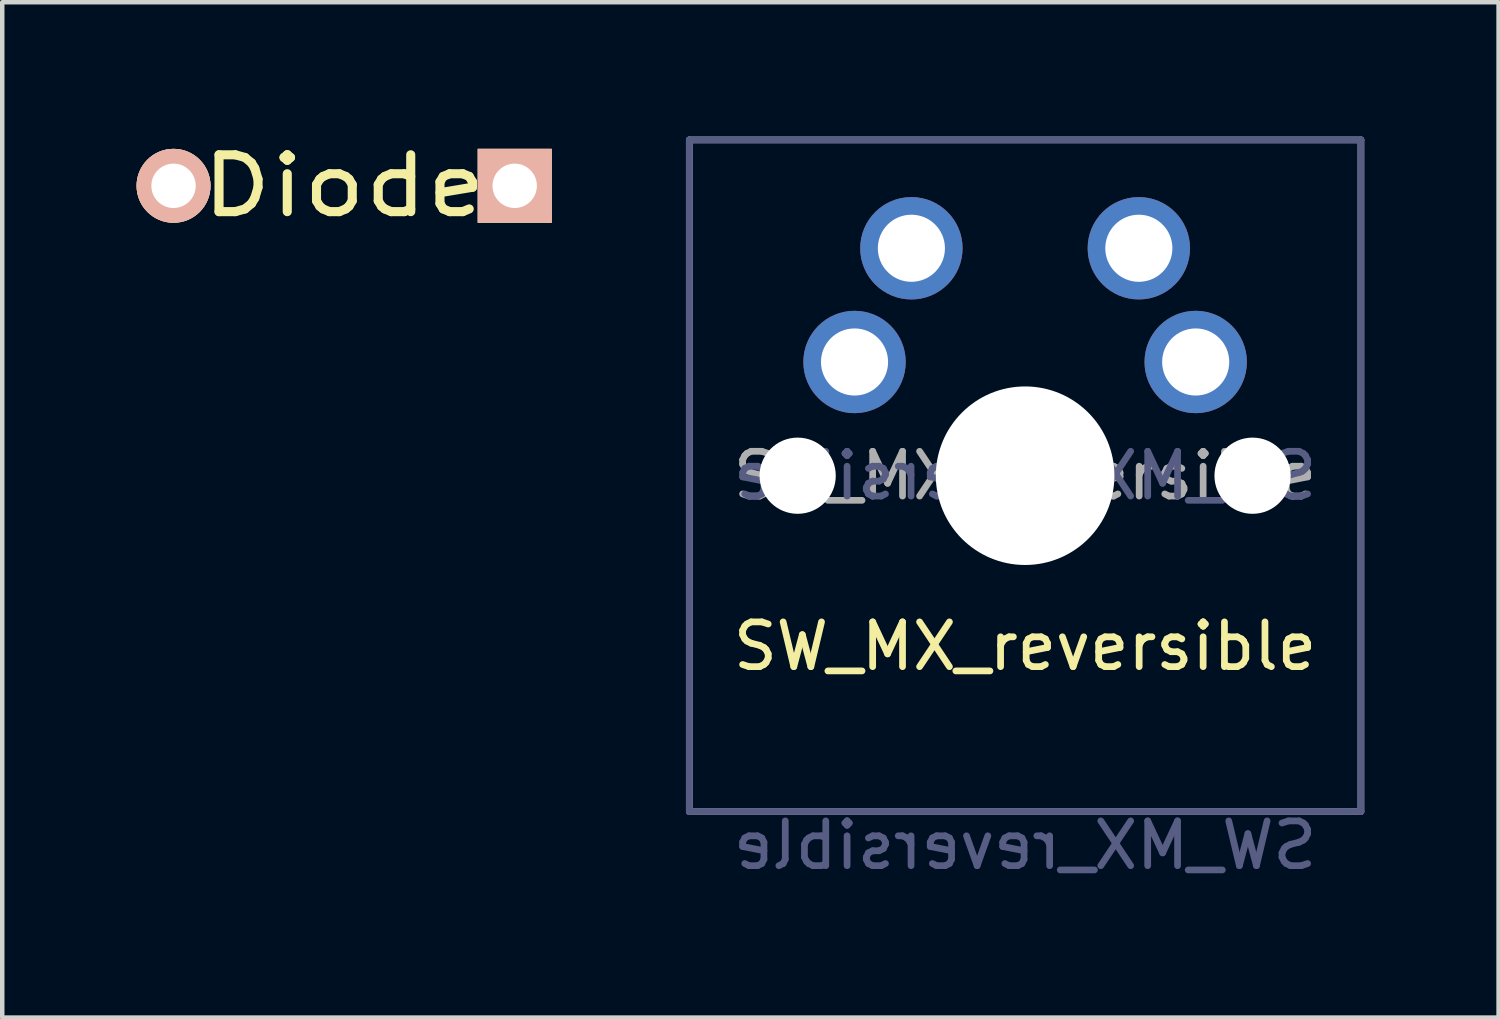
<source format=kicad_pcb>
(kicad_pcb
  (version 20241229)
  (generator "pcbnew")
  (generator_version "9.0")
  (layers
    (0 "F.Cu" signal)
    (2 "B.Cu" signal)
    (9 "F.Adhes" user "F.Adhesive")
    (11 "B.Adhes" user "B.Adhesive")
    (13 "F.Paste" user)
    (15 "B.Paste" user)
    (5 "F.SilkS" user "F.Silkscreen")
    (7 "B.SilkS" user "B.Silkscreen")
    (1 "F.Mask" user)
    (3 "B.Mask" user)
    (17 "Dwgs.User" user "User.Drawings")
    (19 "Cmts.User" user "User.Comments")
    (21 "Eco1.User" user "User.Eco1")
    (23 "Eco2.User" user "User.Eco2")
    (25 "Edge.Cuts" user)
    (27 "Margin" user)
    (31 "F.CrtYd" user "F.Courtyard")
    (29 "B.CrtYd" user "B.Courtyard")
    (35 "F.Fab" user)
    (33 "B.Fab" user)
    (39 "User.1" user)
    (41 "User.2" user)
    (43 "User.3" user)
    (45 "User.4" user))
  (footprint "Diode"
    (layer "F.Cu")
    (at 4.636 1.1)
    (property "Reference" "Diode" (at 0 0 0) (layer "F.SilkS") (effects (font (size 1.27 1.524) (thickness 0.203))))
    (attr through_hole)
    (pad "1" thru_hole circle (at -3.81 0) (size 1.651 1.651) (drill 0.991) (layers "*.Cu" "*.SilkS" "*.Mask"))
    (pad "2" thru_hole rect (at 3.81 0) (size 1.651 1.651) (drill 0.991) (layers "*.Cu" "*.SilkS" "*.Mask")))
  (footprint "SW_MX_reversible"
    (layer "F.Cu")
    (at 19.846 7.575)
    (property "Reference" "SW_MX_reversible" (at 0 3.81 0) (layer "F.SilkS") (effects (font (size 1 1) (thickness 0.15))))
    (property "Value" "SW_MX_reversible" (at 0 8.255 0) (layer "F.Fab") (hide yes) (effects (font (size 1 1) (thickness 0.15))))
    (attr through_hole)
    (fp_line (start -6.9 6.9) (end -6.9 -6.9) (stroke (width 0.15) (type solid)) (layer "Eco2.User"))
    (fp_line (start -6.9 6.9) (end 6.9 6.9) (stroke (width 0.15) (type solid)) (layer "Eco2.User"))
    (fp_line (start 6.9 -6.9) (end -6.9 -6.9) (stroke (width 0.15) (type solid)) (layer "Eco2.User"))
    (fp_line (start 6.9 -6.9) (end 6.9 6.9) (stroke (width 0.15) (type solid)) (layer "Eco2.User"))
    (fp_line (start -7.5 -7.5) (end 7.5 -7.5) (stroke (width 0.15) (type solid)) (layer "B.Fab"))
    (fp_line (start -7.5 7.5) (end -7.5 -7.5) (stroke (width 0.15) (type solid)) (layer "B.Fab"))
    (fp_line (start 7.5 -7.5) (end 7.5 7.5) (stroke (width 0.15) (type solid)) (layer "B.Fab"))
    (fp_line (start 7.5 7.5) (end -7.5 7.5) (stroke (width 0.15) (type solid)) (layer "B.Fab"))
    (fp_line (start -7.5 -7.5) (end 7.5 -7.5) (stroke (width 0.15) (type solid)) (layer "F.Fab"))
    (fp_line (start -7.5 7.5) (end -7.5 -7.5) (stroke (width 0.15) (type solid)) (layer "F.Fab"))
    (fp_line (start 7.5 -7.5) (end 7.5 7.5) (stroke (width 0.15) (type solid)) (layer "F.Fab"))
    (fp_line (start 7.5 7.5) (end -7.5 7.5) (stroke (width 0.15) (type solid)) (layer "F.Fab"))
    (fp_text user "${REFERENCE}" (at 0 0 0) (layer "B.Fab") (effects (font (size 1 1) (thickness 0.15)) (justify mirror)))
    (fp_text user "${VALUE}" (at 0 8.255 0) (layer "B.Fab") (effects (font (size 1 1) (thickness 0.15)) (justify mirror)))
    (fp_text user "${REFERENCE}" (at 0 0 0) (layer "F.Fab") (effects (font (size 1 1) (thickness 0.15))))
    (pad "" np_thru_hole circle (at -5.08 0) (size 1.702 1.702) (drill 1.702) (layers "*.Cu" "*.Mask"))
    (pad "" np_thru_hole circle (at 0 0) (size 3.988 3.988) (drill 3.988) (layers "*.Cu" "*.Mask"))
    (pad "" np_thru_hole circle (at 5.08 0) (size 1.702 1.702) (drill 1.702) (layers "*.Cu" "*.Mask"))
    (pad "1" thru_hole circle (at -3.81 -2.54) (size 2.286 2.286) (drill 1.499) (layers "*.Cu" "*.Mask"))
    (pad "1" thru_hole circle (at -2.54 -5.08) (size 2.286 2.286) (drill 1.499) (layers "*.Cu" "*.Mask"))
    (pad "2" thru_hole circle (at 2.54 -5.08) (size 2.286 2.286) (drill 1.499) (layers "*.Cu" "*.Mask"))
    (pad "2" thru_hole circle (at 3.81 -2.54) (size 2.286 2.286) (drill 1.499) (layers "*.Cu" "*.Mask")))
  (gr_rect
    (start -3 -3)
    (end 30.421 19.678)
    (stroke (width 0.1) (type default))
    (fill no)
    (layer "Edge.Cuts")))
</source>
